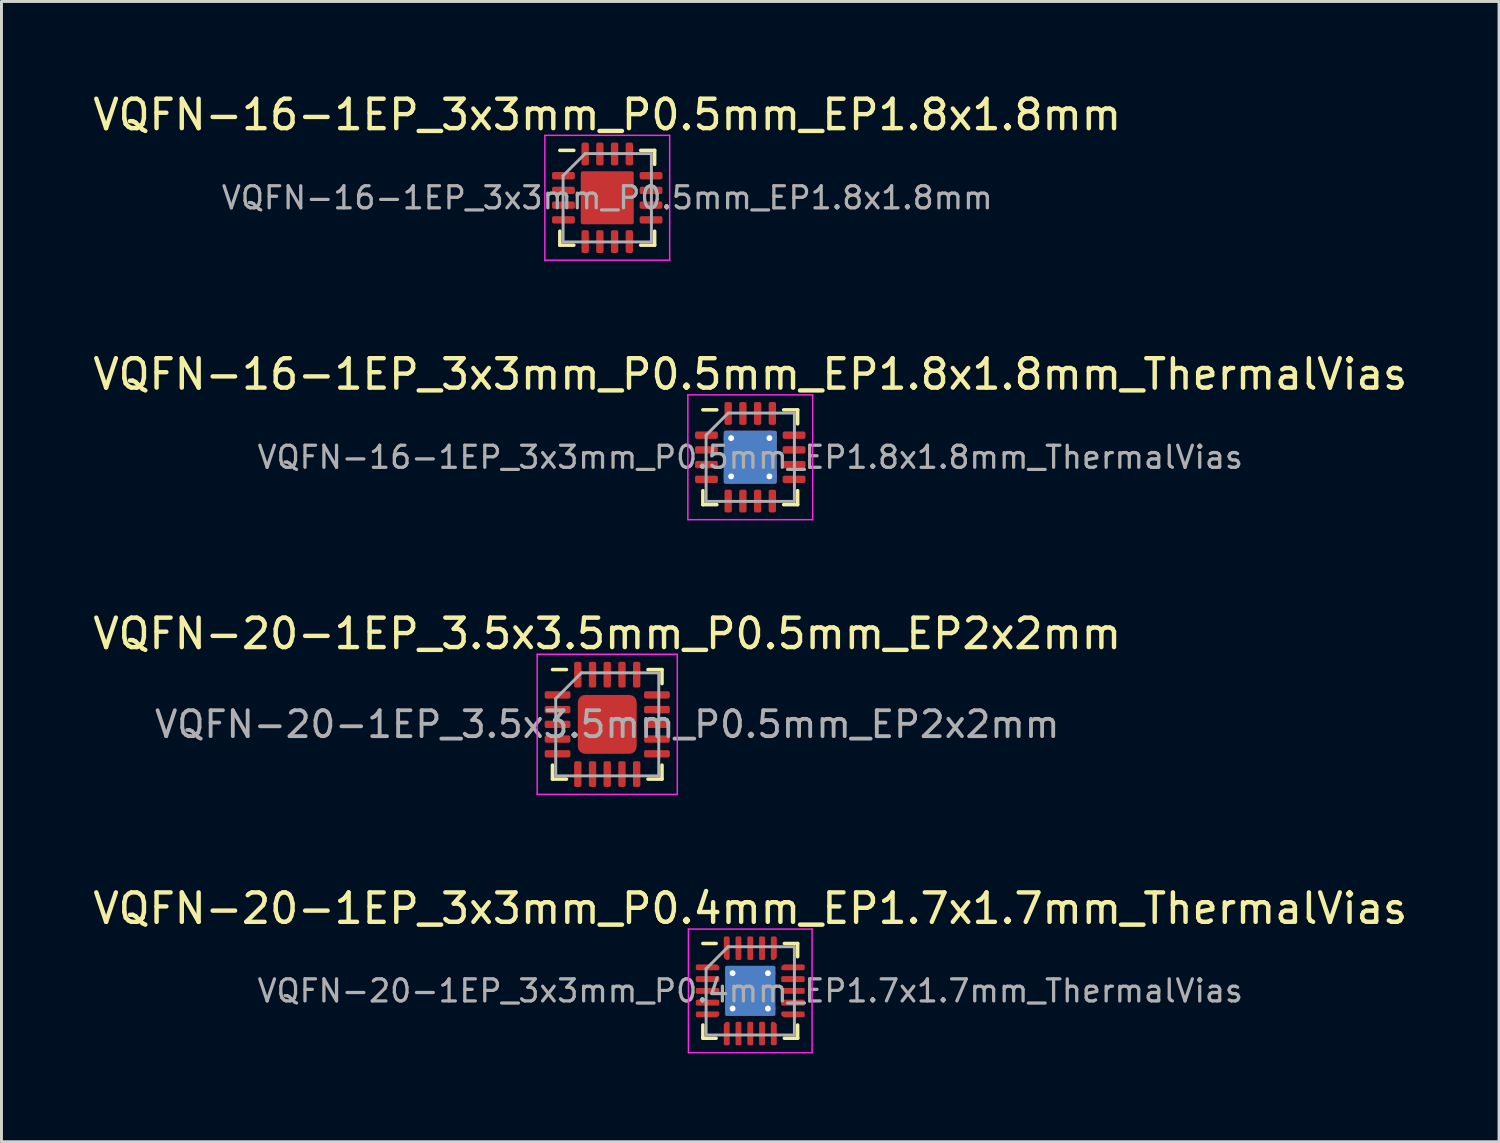
<source format=kicad_pcb>
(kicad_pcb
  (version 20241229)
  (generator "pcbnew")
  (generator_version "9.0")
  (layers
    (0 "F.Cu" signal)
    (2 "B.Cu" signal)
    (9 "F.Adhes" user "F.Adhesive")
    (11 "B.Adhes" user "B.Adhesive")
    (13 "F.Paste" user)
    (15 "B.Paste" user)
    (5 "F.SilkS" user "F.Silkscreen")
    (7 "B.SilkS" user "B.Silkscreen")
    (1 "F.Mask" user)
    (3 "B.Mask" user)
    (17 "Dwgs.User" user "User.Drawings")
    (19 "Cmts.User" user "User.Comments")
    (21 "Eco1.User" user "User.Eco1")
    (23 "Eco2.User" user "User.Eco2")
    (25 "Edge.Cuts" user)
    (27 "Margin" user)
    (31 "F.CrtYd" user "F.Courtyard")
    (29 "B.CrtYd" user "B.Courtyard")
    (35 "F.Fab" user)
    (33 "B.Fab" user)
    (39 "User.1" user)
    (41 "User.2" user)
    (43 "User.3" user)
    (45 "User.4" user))
  (footprint "VQFN-20-1EP_3x3mm_P0.4mm_EP1.7x1.7mm_ThermalVias"
    (layer "F.Cu")
    (at 22.435 30.608)
    (property "Reference" "VQFN-20-1EP_3x3mm_P0.4mm_EP1.7x1.7mm_ThermalVias" (at 0 -2.8 0) (layer "F.SilkS") (effects (font (size 1 1) (thickness 0.15))))
    (attr smd)
    (fp_line (start -1.61 1.61) (end -1.61 1.16) (stroke (width 0.12) (type solid)) (layer "F.SilkS"))
    (fp_line (start -1.16 -1.61) (end -1.61 -1.61) (stroke (width 0.12) (type solid)) (layer "F.SilkS"))
    (fp_line (start -1.16 1.61) (end -1.61 1.61) (stroke (width 0.12) (type solid)) (layer "F.SilkS"))
    (fp_line (start 1.16 -1.61) (end 1.61 -1.61) (stroke (width 0.12) (type solid)) (layer "F.SilkS"))
    (fp_line (start 1.16 1.61) (end 1.61 1.61) (stroke (width 0.12) (type solid)) (layer "F.SilkS"))
    (fp_line (start 1.61 -1.61) (end 1.61 -1.16) (stroke (width 0.12) (type solid)) (layer "F.SilkS"))
    (fp_line (start 1.61 1.61) (end 1.61 1.16) (stroke (width 0.12) (type solid)) (layer "F.SilkS"))
    (fp_line (start -2.1 -2.1) (end -2.1 2.1) (stroke (width 0.05) (type solid)) (layer "F.CrtYd"))
    (fp_line (start -2.1 2.1) (end 2.1 2.1) (stroke (width 0.05) (type solid)) (layer "F.CrtYd"))
    (fp_line (start 2.1 -2.1) (end -2.1 -2.1) (stroke (width 0.05) (type solid)) (layer "F.CrtYd"))
    (fp_line (start 2.1 2.1) (end 2.1 -2.1) (stroke (width 0.05) (type solid)) (layer "F.CrtYd"))
    (fp_line (start -1.5 -0.75) (end -0.75 -1.5) (stroke (width 0.1) (type solid)) (layer "F.Fab"))
    (fp_line (start -1.5 1.5) (end -1.5 -0.75) (stroke (width 0.1) (type solid)) (layer "F.Fab"))
    (fp_line (start -0.75 -1.5) (end 1.5 -1.5) (stroke (width 0.1) (type solid)) (layer "F.Fab"))
    (fp_line (start 1.5 -1.5) (end 1.5 1.5) (stroke (width 0.1) (type solid)) (layer "F.Fab"))
    (fp_line (start 1.5 1.5) (end -1.5 1.5) (stroke (width 0.1) (type solid)) (layer "F.Fab"))
    (fp_text user "${REFERENCE}" (at 0 0 0) (layer "F.Fab") (effects (font (size 0.75 0.75) (thickness 0.11))))
    (pad "" smd roundrect (at -0.425 -0.425) (size 0.74 0.74) (layers "F.Paste") (roundrect_rratio 0.25))
    (pad "" smd roundrect (at -0.425 0.425) (size 0.74 0.74) (layers "F.Paste") (roundrect_rratio 0.25))
    (pad "" smd roundrect (at 0.425 -0.425) (size 0.74 0.74) (layers "F.Paste") (roundrect_rratio 0.25))
    (pad "" smd roundrect (at 0.425 0.425) (size 0.74 0.74) (layers "F.Paste") (roundrect_rratio 0.25))
    (pad "1" smd custom (at -1.45 -0.8) (size 0.143 0.143) (layers "F.Cu" "F.Mask" "F.Paste") (options (anchor circle)) (primitives (gr_poly (pts (xy -0.35 -0.05) (xy 0.299 -0.05) (xy 0.35 0.001) (xy 0.35 0.05) (xy -0.35 0.05)) (width 0.1) (fill yes))))
    (pad "2" smd roundrect (at -1.45 -0.4) (size 0.8 0.2) (layers "F.Cu" "F.Mask" "F.Paste") (roundrect_rratio 0.25))
    (pad "3" smd roundrect (at -1.45 0) (size 0.8 0.2) (layers "F.Cu" "F.Mask" "F.Paste") (roundrect_rratio 0.25))
    (pad "4" smd roundrect (at -1.45 0.4) (size 0.8 0.2) (layers "F.Cu" "F.Mask" "F.Paste") (roundrect_rratio 0.25))
    (pad "5" smd custom (at -1.45 0.8) (size 0.143 0.143) (layers "F.Cu" "F.Mask" "F.Paste") (options (anchor circle)) (primitives (gr_poly (pts (xy -0.35 -0.05) (xy 0.35 -0.05) (xy 0.35 -0.001) (xy 0.299 0.05) (xy -0.35 0.05)) (width 0.1) (fill yes))))
    (pad "6" smd custom (at -0.8 1.45) (size 0.143 0.143) (layers "F.Cu" "F.Mask" "F.Paste") (options (anchor circle)) (primitives (gr_poly (pts (xy -0.05 -0.299) (xy 0.001 -0.35) (xy 0.05 -0.35) (xy 0.05 0.35) (xy -0.05 0.35)) (width 0.1) (fill yes))))
    (pad "7" smd roundrect (at -0.4 1.45) (size 0.2 0.8) (layers "F.Cu" "F.Mask" "F.Paste") (roundrect_rratio 0.25))
    (pad "8" smd roundrect (at 0 1.45) (size 0.2 0.8) (layers "F.Cu" "F.Mask" "F.Paste") (roundrect_rratio 0.25))
    (pad "9" smd roundrect (at 0.4 1.45) (size 0.2 0.8) (layers "F.Cu" "F.Mask" "F.Paste") (roundrect_rratio 0.25))
    (pad "10" smd custom (at 0.8 1.45) (size 0.143 0.143) (layers "F.Cu" "F.Mask" "F.Paste") (options (anchor circle)) (primitives (gr_poly (pts (xy -0.05 -0.35) (xy -0.001 -0.35) (xy 0.05 -0.299) (xy 0.05 0.35) (xy -0.05 0.35)) (width 0.1) (fill yes))))
    (pad "11" smd custom (at 1.45 0.8) (size 0.143 0.143) (layers "F.Cu" "F.Mask" "F.Paste") (options (anchor circle)) (primitives (gr_poly (pts (xy -0.35 -0.05) (xy 0.35 -0.05) (xy 0.35 0.05) (xy -0.299 0.05) (xy -0.35 -0.001)) (width 0.1) (fill yes))))
    (pad "12" smd roundrect (at 1.45 0.4) (size 0.8 0.2) (layers "F.Cu" "F.Mask" "F.Paste") (roundrect_rratio 0.25))
    (pad "13" smd roundrect (at 1.45 0) (size 0.8 0.2) (layers "F.Cu" "F.Mask" "F.Paste") (roundrect_rratio 0.25))
    (pad "14" smd roundrect (at 1.45 -0.4) (size 0.8 0.2) (layers "F.Cu" "F.Mask" "F.Paste") (roundrect_rratio 0.25))
    (pad "15" smd custom (at 1.45 -0.8) (size 0.143 0.143) (layers "F.Cu" "F.Mask" "F.Paste") (options (anchor circle)) (primitives (gr_poly (pts (xy -0.35 0.001) (xy -0.299 -0.05) (xy 0.35 -0.05) (xy 0.35 0.05) (xy -0.35 0.05)) (width 0.1) (fill yes))))
    (pad "16" smd custom (at 0.8 -1.45) (size 0.143 0.143) (layers "F.Cu" "F.Mask" "F.Paste") (options (anchor circle)) (primitives (gr_poly (pts (xy -0.05 -0.35) (xy 0.05 -0.35) (xy 0.05 0.299) (xy -0.001 0.35) (xy -0.05 0.35)) (width 0.1) (fill yes))))
    (pad "17" smd roundrect (at 0.4 -1.45) (size 0.2 0.8) (layers "F.Cu" "F.Mask" "F.Paste") (roundrect_rratio 0.25))
    (pad "18" smd roundrect (at 0 -1.45) (size 0.2 0.8) (layers "F.Cu" "F.Mask" "F.Paste") (roundrect_rratio 0.25))
    (pad "19" smd roundrect (at -0.4 -1.45) (size 0.2 0.8) (layers "F.Cu" "F.Mask" "F.Paste") (roundrect_rratio 0.25))
    (pad "20" smd custom (at -0.8 -1.45) (size 0.143 0.143) (layers "F.Cu" "F.Mask" "F.Paste") (options (anchor circle)) (primitives (gr_poly (pts (xy -0.05 -0.35) (xy 0.05 -0.35) (xy 0.05 0.35) (xy 0.001 0.35) (xy -0.05 0.299)) (width 0.1) (fill yes))))
    (pad "21" thru_hole circle (at -0.6 -0.6) (size 0.5 0.5) (drill 0.2) (layers "*.Cu"))
    (pad "21" thru_hole circle (at -0.6 0.6) (size 0.5 0.5) (drill 0.2) (layers "*.Cu"))
    (pad "21" smd roundrect (at 0 0) (size 1.7 1.7) (layers "F.Cu" "F.Mask") (roundrect_rratio 0.029))
    (pad "21" smd roundrect (at 0 0) (size 1.7 1.7) (layers "B.Cu") (roundrect_rratio 0.029))
    (pad "21" thru_hole circle (at 0.6 -0.6) (size 0.5 0.5) (drill 0.2) (layers "*.Cu"))
    (pad "21" thru_hole circle (at 0.6 0.6) (size 0.5 0.5) (drill 0.2) (layers "*.Cu")))
  (footprint "VQFN-20-1EP_3.5x3.5mm_P0.5mm_EP2x2mm"
    (layer "F.Cu")
    (at 17.577 21.555)
    (property "Reference" "VQFN-20-1EP_3.5x3.5mm_P0.5mm_EP2x2mm" (at 0 -3.08 0) (layer "F.SilkS") (effects (font (size 1 1) (thickness 0.15))))
    (attr smd)
    (fp_line (start -1.86 1.86) (end -1.86 1.385) (stroke (width 0.12) (type solid)) (layer "F.SilkS"))
    (fp_line (start -1.385 -1.86) (end -1.86 -1.86) (stroke (width 0.12) (type solid)) (layer "F.SilkS"))
    (fp_line (start -1.385 1.86) (end -1.86 1.86) (stroke (width 0.12) (type solid)) (layer "F.SilkS"))
    (fp_line (start 1.385 -1.86) (end 1.86 -1.86) (stroke (width 0.12) (type solid)) (layer "F.SilkS"))
    (fp_line (start 1.385 1.86) (end 1.86 1.86) (stroke (width 0.12) (type solid)) (layer "F.SilkS"))
    (fp_line (start 1.86 -1.86) (end 1.86 -1.385) (stroke (width 0.12) (type solid)) (layer "F.SilkS"))
    (fp_line (start 1.86 1.86) (end 1.86 1.385) (stroke (width 0.12) (type solid)) (layer "F.SilkS"))
    (fp_line (start -2.38 -2.38) (end -2.38 2.38) (stroke (width 0.05) (type solid)) (layer "F.CrtYd"))
    (fp_line (start -2.38 2.38) (end 2.38 2.38) (stroke (width 0.05) (type solid)) (layer "F.CrtYd"))
    (fp_line (start 2.38 -2.38) (end -2.38 -2.38) (stroke (width 0.05) (type solid)) (layer "F.CrtYd"))
    (fp_line (start 2.38 2.38) (end 2.38 -2.38) (stroke (width 0.05) (type solid)) (layer "F.CrtYd"))
    (fp_line (start -1.75 -0.875) (end -0.875 -1.75) (stroke (width 0.1) (type solid)) (layer "F.Fab"))
    (fp_line (start -1.75 1.75) (end -1.75 -0.875) (stroke (width 0.1) (type solid)) (layer "F.Fab"))
    (fp_line (start -0.875 -1.75) (end 1.75 -1.75) (stroke (width 0.1) (type solid)) (layer "F.Fab"))
    (fp_line (start 1.75 -1.75) (end 1.75 1.75) (stroke (width 0.1) (type solid)) (layer "F.Fab"))
    (fp_line (start 1.75 1.75) (end -1.75 1.75) (stroke (width 0.1) (type solid)) (layer "F.Fab"))
    (fp_text user "${REFERENCE}" (at 0 0 0) (layer "F.Fab") (effects (font (size 0.88 0.88) (thickness 0.13))))
    (pad "" smd roundrect (at -0.5 -0.5) (size 0.81 0.81) (layers "F.Paste") (roundrect_rratio 0.25))
    (pad "" smd roundrect (at -0.5 0.5) (size 0.81 0.81) (layers "F.Paste") (roundrect_rratio 0.25))
    (pad "" smd roundrect (at 0.5 -0.5) (size 0.81 0.81) (layers "F.Paste") (roundrect_rratio 0.25))
    (pad "" smd roundrect (at 0.5 0.5) (size 0.81 0.81) (layers "F.Paste") (roundrect_rratio 0.25))
    (pad "1" smd roundrect (at -1.688 -1) (size 0.875 0.25) (layers "F.Cu" "F.Mask" "F.Paste") (roundrect_rratio 0.25))
    (pad "2" smd roundrect (at -1.688 -0.5) (size 0.875 0.25) (layers "F.Cu" "F.Mask" "F.Paste") (roundrect_rratio 0.25))
    (pad "3" smd roundrect (at -1.688 0) (size 0.875 0.25) (layers "F.Cu" "F.Mask" "F.Paste") (roundrect_rratio 0.25))
    (pad "4" smd roundrect (at -1.688 0.5) (size 0.875 0.25) (layers "F.Cu" "F.Mask" "F.Paste") (roundrect_rratio 0.25))
    (pad "5" smd roundrect (at -1.688 1) (size 0.875 0.25) (layers "F.Cu" "F.Mask" "F.Paste") (roundrect_rratio 0.25))
    (pad "6" smd roundrect (at -1 1.688) (size 0.25 0.875) (layers "F.Cu" "F.Mask" "F.Paste") (roundrect_rratio 0.25))
    (pad "7" smd roundrect (at -0.5 1.688) (size 0.25 0.875) (layers "F.Cu" "F.Mask" "F.Paste") (roundrect_rratio 0.25))
    (pad "8" smd roundrect (at 0 1.688) (size 0.25 0.875) (layers "F.Cu" "F.Mask" "F.Paste") (roundrect_rratio 0.25))
    (pad "9" smd roundrect (at 0.5 1.688) (size 0.25 0.875) (layers "F.Cu" "F.Mask" "F.Paste") (roundrect_rratio 0.25))
    (pad "10" smd roundrect (at 1 1.688) (size 0.25 0.875) (layers "F.Cu" "F.Mask" "F.Paste") (roundrect_rratio 0.25))
    (pad "11" smd roundrect (at 1.688 1) (size 0.875 0.25) (layers "F.Cu" "F.Mask" "F.Paste") (roundrect_rratio 0.25))
    (pad "12" smd roundrect (at 1.688 0.5) (size 0.875 0.25) (layers "F.Cu" "F.Mask" "F.Paste") (roundrect_rratio 0.25))
    (pad "13" smd roundrect (at 1.688 0) (size 0.875 0.25) (layers "F.Cu" "F.Mask" "F.Paste") (roundrect_rratio 0.25))
    (pad "14" smd roundrect (at 1.688 -0.5) (size 0.875 0.25) (layers "F.Cu" "F.Mask" "F.Paste") (roundrect_rratio 0.25))
    (pad "15" smd roundrect (at 1.688 -1) (size 0.875 0.25) (layers "F.Cu" "F.Mask" "F.Paste") (roundrect_rratio 0.25))
    (pad "16" smd roundrect (at 1 -1.688) (size 0.25 0.875) (layers "F.Cu" "F.Mask" "F.Paste") (roundrect_rratio 0.25))
    (pad "17" smd roundrect (at 0.5 -1.688) (size 0.25 0.875) (layers "F.Cu" "F.Mask" "F.Paste") (roundrect_rratio 0.25))
    (pad "18" smd roundrect (at 0 -1.688) (size 0.25 0.875) (layers "F.Cu" "F.Mask" "F.Paste") (roundrect_rratio 0.25))
    (pad "19" smd roundrect (at -0.5 -1.688) (size 0.25 0.875) (layers "F.Cu" "F.Mask" "F.Paste") (roundrect_rratio 0.25))
    (pad "20" smd roundrect (at -1 -1.688) (size 0.25 0.875) (layers "F.Cu" "F.Mask" "F.Paste") (roundrect_rratio 0.25))
    (pad "21" smd roundrect (at 0 0) (size 2 2) (layers "F.Cu" "F.Mask") (roundrect_rratio 0.125)))
  (footprint "VQFN-16-1EP_3x3mm_P0.5mm_EP1.8x1.8mm"
    (layer "F.Cu")
    (at 17.577 3.668)
    (property "Reference" "VQFN-16-1EP_3x3mm_P0.5mm_EP1.8x1.8mm" (at 0 -2.82 0) (layer "F.SilkS") (effects (font (size 1 1) (thickness 0.15))))
    (attr smd)
    (fp_line (start -1.61 1.61) (end -1.61 1.135) (stroke (width 0.12) (type solid)) (layer "F.SilkS"))
    (fp_line (start -1.135 -1.61) (end -1.61 -1.61) (stroke (width 0.12) (type solid)) (layer "F.SilkS"))
    (fp_line (start -1.135 1.61) (end -1.61 1.61) (stroke (width 0.12) (type solid)) (layer "F.SilkS"))
    (fp_line (start 1.135 -1.61) (end 1.61 -1.61) (stroke (width 0.12) (type solid)) (layer "F.SilkS"))
    (fp_line (start 1.135 1.61) (end 1.61 1.61) (stroke (width 0.12) (type solid)) (layer "F.SilkS"))
    (fp_line (start 1.61 -1.61) (end 1.61 -1.135) (stroke (width 0.12) (type solid)) (layer "F.SilkS"))
    (fp_line (start 1.61 1.61) (end 1.61 1.135) (stroke (width 0.12) (type solid)) (layer "F.SilkS"))
    (fp_line (start -2.12 -2.12) (end -2.12 2.12) (stroke (width 0.05) (type solid)) (layer "F.CrtYd"))
    (fp_line (start -2.12 2.12) (end 2.12 2.12) (stroke (width 0.05) (type solid)) (layer "F.CrtYd"))
    (fp_line (start 2.12 -2.12) (end -2.12 -2.12) (stroke (width 0.05) (type solid)) (layer "F.CrtYd"))
    (fp_line (start 2.12 2.12) (end 2.12 -2.12) (stroke (width 0.05) (type solid)) (layer "F.CrtYd"))
    (fp_line (start -1.5 -0.75) (end -0.75 -1.5) (stroke (width 0.1) (type solid)) (layer "F.Fab"))
    (fp_line (start -1.5 1.5) (end -1.5 -0.75) (stroke (width 0.1) (type solid)) (layer "F.Fab"))
    (fp_line (start -0.75 -1.5) (end 1.5 -1.5) (stroke (width 0.1) (type solid)) (layer "F.Fab"))
    (fp_line (start 1.5 -1.5) (end 1.5 1.5) (stroke (width 0.1) (type solid)) (layer "F.Fab"))
    (fp_line (start 1.5 1.5) (end -1.5 1.5) (stroke (width 0.1) (type solid)) (layer "F.Fab"))
    (fp_text user "${REFERENCE}" (at 0 0 0) (layer "F.Fab") (effects (font (size 0.75 0.75) (thickness 0.11))))
    (pad "" smd roundrect (at -0.45 -0.45) (size 0.73 0.73) (layers "F.Paste") (roundrect_rratio 0.25))
    (pad "" smd roundrect (at -0.45 0.45) (size 0.73 0.73) (layers "F.Paste") (roundrect_rratio 0.25))
    (pad "" smd roundrect (at 0.45 -0.45) (size 0.73 0.73) (layers "F.Paste") (roundrect_rratio 0.25))
    (pad "" smd roundrect (at 0.45 0.45) (size 0.73 0.73) (layers "F.Paste") (roundrect_rratio 0.25))
    (pad "1" smd roundrect (at -1.488 -0.75) (size 0.775 0.25) (layers "F.Cu" "F.Mask" "F.Paste") (roundrect_rratio 0.25))
    (pad "2" smd roundrect (at -1.488 -0.25) (size 0.775 0.25) (layers "F.Cu" "F.Mask" "F.Paste") (roundrect_rratio 0.25))
    (pad "3" smd roundrect (at -1.488 0.25) (size 0.775 0.25) (layers "F.Cu" "F.Mask" "F.Paste") (roundrect_rratio 0.25))
    (pad "4" smd roundrect (at -1.488 0.75) (size 0.775 0.25) (layers "F.Cu" "F.Mask" "F.Paste") (roundrect_rratio 0.25))
    (pad "5" smd roundrect (at -0.75 1.488) (size 0.25 0.775) (layers "F.Cu" "F.Mask" "F.Paste") (roundrect_rratio 0.25))
    (pad "6" smd roundrect (at -0.25 1.488) (size 0.25 0.775) (layers "F.Cu" "F.Mask" "F.Paste") (roundrect_rratio 0.25))
    (pad "7" smd roundrect (at 0.25 1.488) (size 0.25 0.775) (layers "F.Cu" "F.Mask" "F.Paste") (roundrect_rratio 0.25))
    (pad "8" smd roundrect (at 0.75 1.488) (size 0.25 0.775) (layers "F.Cu" "F.Mask" "F.Paste") (roundrect_rratio 0.25))
    (pad "9" smd roundrect (at 1.488 0.75) (size 0.775 0.25) (layers "F.Cu" "F.Mask" "F.Paste") (roundrect_rratio 0.25))
    (pad "10" smd roundrect (at 1.488 0.25) (size 0.775 0.25) (layers "F.Cu" "F.Mask" "F.Paste") (roundrect_rratio 0.25))
    (pad "11" smd roundrect (at 1.488 -0.25) (size 0.775 0.25) (layers "F.Cu" "F.Mask" "F.Paste") (roundrect_rratio 0.25))
    (pad "12" smd roundrect (at 1.488 -0.75) (size 0.775 0.25) (layers "F.Cu" "F.Mask" "F.Paste") (roundrect_rratio 0.25))
    (pad "13" smd roundrect (at 0.75 -1.488) (size 0.25 0.775) (layers "F.Cu" "F.Mask" "F.Paste") (roundrect_rratio 0.25))
    (pad "14" smd roundrect (at 0.25 -1.488) (size 0.25 0.775) (layers "F.Cu" "F.Mask" "F.Paste") (roundrect_rratio 0.25))
    (pad "15" smd roundrect (at -0.25 -1.488) (size 0.25 0.775) (layers "F.Cu" "F.Mask" "F.Paste") (roundrect_rratio 0.25))
    (pad "16" smd roundrect (at -0.75 -1.488) (size 0.25 0.775) (layers "F.Cu" "F.Mask" "F.Paste") (roundrect_rratio 0.25))
    (pad "17" smd roundrect (at 0 0) (size 1.8 1.8) (layers "F.Cu" "F.Mask") (roundrect_rratio 0.035)))
  (footprint "VQFN-16-1EP_3x3mm_P0.5mm_EP1.8x1.8mm_ThermalVias"
    (layer "F.Cu")
    (at 22.435 12.482)
    (property "Reference" "VQFN-16-1EP_3x3mm_P0.5mm_EP1.8x1.8mm_ThermalVias" (at 0 -2.82 0) (layer "F.SilkS") (effects (font (size 1 1) (thickness 0.15))))
    (attr smd)
    (fp_line (start -1.61 1.61) (end -1.61 1.135) (stroke (width 0.12) (type solid)) (layer "F.SilkS"))
    (fp_line (start -1.135 -1.61) (end -1.61 -1.61) (stroke (width 0.12) (type solid)) (layer "F.SilkS"))
    (fp_line (start -1.135 1.61) (end -1.61 1.61) (stroke (width 0.12) (type solid)) (layer "F.SilkS"))
    (fp_line (start 1.135 -1.61) (end 1.61 -1.61) (stroke (width 0.12) (type solid)) (layer "F.SilkS"))
    (fp_line (start 1.135 1.61) (end 1.61 1.61) (stroke (width 0.12) (type solid)) (layer "F.SilkS"))
    (fp_line (start 1.61 -1.61) (end 1.61 -1.135) (stroke (width 0.12) (type solid)) (layer "F.SilkS"))
    (fp_line (start 1.61 1.61) (end 1.61 1.135) (stroke (width 0.12) (type solid)) (layer "F.SilkS"))
    (fp_line (start -2.12 -2.12) (end -2.12 2.12) (stroke (width 0.05) (type solid)) (layer "F.CrtYd"))
    (fp_line (start -2.12 2.12) (end 2.12 2.12) (stroke (width 0.05) (type solid)) (layer "F.CrtYd"))
    (fp_line (start 2.12 -2.12) (end -2.12 -2.12) (stroke (width 0.05) (type solid)) (layer "F.CrtYd"))
    (fp_line (start 2.12 2.12) (end 2.12 -2.12) (stroke (width 0.05) (type solid)) (layer "F.CrtYd"))
    (fp_line (start -1.5 -0.75) (end -0.75 -1.5) (stroke (width 0.1) (type solid)) (layer "F.Fab"))
    (fp_line (start -1.5 1.5) (end -1.5 -0.75) (stroke (width 0.1) (type solid)) (layer "F.Fab"))
    (fp_line (start -0.75 -1.5) (end 1.5 -1.5) (stroke (width 0.1) (type solid)) (layer "F.Fab"))
    (fp_line (start 1.5 -1.5) (end 1.5 1.5) (stroke (width 0.1) (type solid)) (layer "F.Fab"))
    (fp_line (start 1.5 1.5) (end -1.5 1.5) (stroke (width 0.1) (type solid)) (layer "F.Fab"))
    (fp_text user "${REFERENCE}" (at 0 0 0) (layer "F.Fab") (effects (font (size 0.75 0.75) (thickness 0.11))))
    (pad "" smd roundrect (at -0.45 -0.45) (size 0.78 0.78) (layers "F.Paste") (roundrect_rratio 0.25))
    (pad "" smd roundrect (at -0.45 0.45) (size 0.78 0.78) (layers "F.Paste") (roundrect_rratio 0.25))
    (pad "" smd roundrect (at 0.45 -0.45) (size 0.78 0.78) (layers "F.Paste") (roundrect_rratio 0.25))
    (pad "" smd roundrect (at 0.45 0.45) (size 0.78 0.78) (layers "F.Paste") (roundrect_rratio 0.25))
    (pad "1" smd roundrect (at -1.488 -0.75) (size 0.775 0.25) (layers "F.Cu" "F.Mask" "F.Paste") (roundrect_rratio 0.25))
    (pad "2" smd roundrect (at -1.488 -0.25) (size 0.775 0.25) (layers "F.Cu" "F.Mask" "F.Paste") (roundrect_rratio 0.25))
    (pad "3" smd roundrect (at -1.488 0.25) (size 0.775 0.25) (layers "F.Cu" "F.Mask" "F.Paste") (roundrect_rratio 0.25))
    (pad "4" smd roundrect (at -1.488 0.75) (size 0.775 0.25) (layers "F.Cu" "F.Mask" "F.Paste") (roundrect_rratio 0.25))
    (pad "5" smd roundrect (at -0.75 1.488) (size 0.25 0.775) (layers "F.Cu" "F.Mask" "F.Paste") (roundrect_rratio 0.25))
    (pad "6" smd roundrect (at -0.25 1.488) (size 0.25 0.775) (layers "F.Cu" "F.Mask" "F.Paste") (roundrect_rratio 0.25))
    (pad "7" smd roundrect (at 0.25 1.488) (size 0.25 0.775) (layers "F.Cu" "F.Mask" "F.Paste") (roundrect_rratio 0.25))
    (pad "8" smd roundrect (at 0.75 1.488) (size 0.25 0.775) (layers "F.Cu" "F.Mask" "F.Paste") (roundrect_rratio 0.25))
    (pad "9" smd roundrect (at 1.488 0.75) (size 0.775 0.25) (layers "F.Cu" "F.Mask" "F.Paste") (roundrect_rratio 0.25))
    (pad "10" smd roundrect (at 1.488 0.25) (size 0.775 0.25) (layers "F.Cu" "F.Mask" "F.Paste") (roundrect_rratio 0.25))
    (pad "11" smd roundrect (at 1.488 -0.25) (size 0.775 0.25) (layers "F.Cu" "F.Mask" "F.Paste") (roundrect_rratio 0.25))
    (pad "12" smd roundrect (at 1.488 -0.75) (size 0.775 0.25) (layers "F.Cu" "F.Mask" "F.Paste") (roundrect_rratio 0.25))
    (pad "13" smd roundrect (at 0.75 -1.488) (size 0.25 0.775) (layers "F.Cu" "F.Mask" "F.Paste") (roundrect_rratio 0.25))
    (pad "14" smd roundrect (at 0.25 -1.488) (size 0.25 0.775) (layers "F.Cu" "F.Mask" "F.Paste") (roundrect_rratio 0.25))
    (pad "15" smd roundrect (at -0.25 -1.488) (size 0.25 0.775) (layers "F.Cu" "F.Mask" "F.Paste") (roundrect_rratio 0.25))
    (pad "16" smd roundrect (at -0.75 -1.488) (size 0.25 0.775) (layers "F.Cu" "F.Mask" "F.Paste") (roundrect_rratio 0.25))
    (pad "17" thru_hole circle (at -0.65 -0.65) (size 0.5 0.5) (drill 0.2) (layers "*.Cu"))
    (pad "17" thru_hole circle (at -0.65 0.65) (size 0.5 0.5) (drill 0.2) (layers "*.Cu"))
    (pad "17" smd roundrect (at 0 0) (size 1.8 1.8) (layers "F.Cu" "F.Mask") (roundrect_rratio 0.035))
    (pad "17" smd roundrect (at 0 0) (size 1.8 1.8) (layers "B.Cu") (roundrect_rratio 0.035))
    (pad "17" thru_hole circle (at 0.65 -0.65) (size 0.5 0.5) (drill 0.2) (layers "*.Cu"))
    (pad "17" thru_hole circle (at 0.65 0.65) (size 0.5 0.5) (drill 0.2) (layers "*.Cu")))
  (gr_rect
    (start -3 -3)
    (end 47.869 35.733)
    (stroke (width 0.1) (type default))
    (fill no)
    (layer "Edge.Cuts")))
</source>
